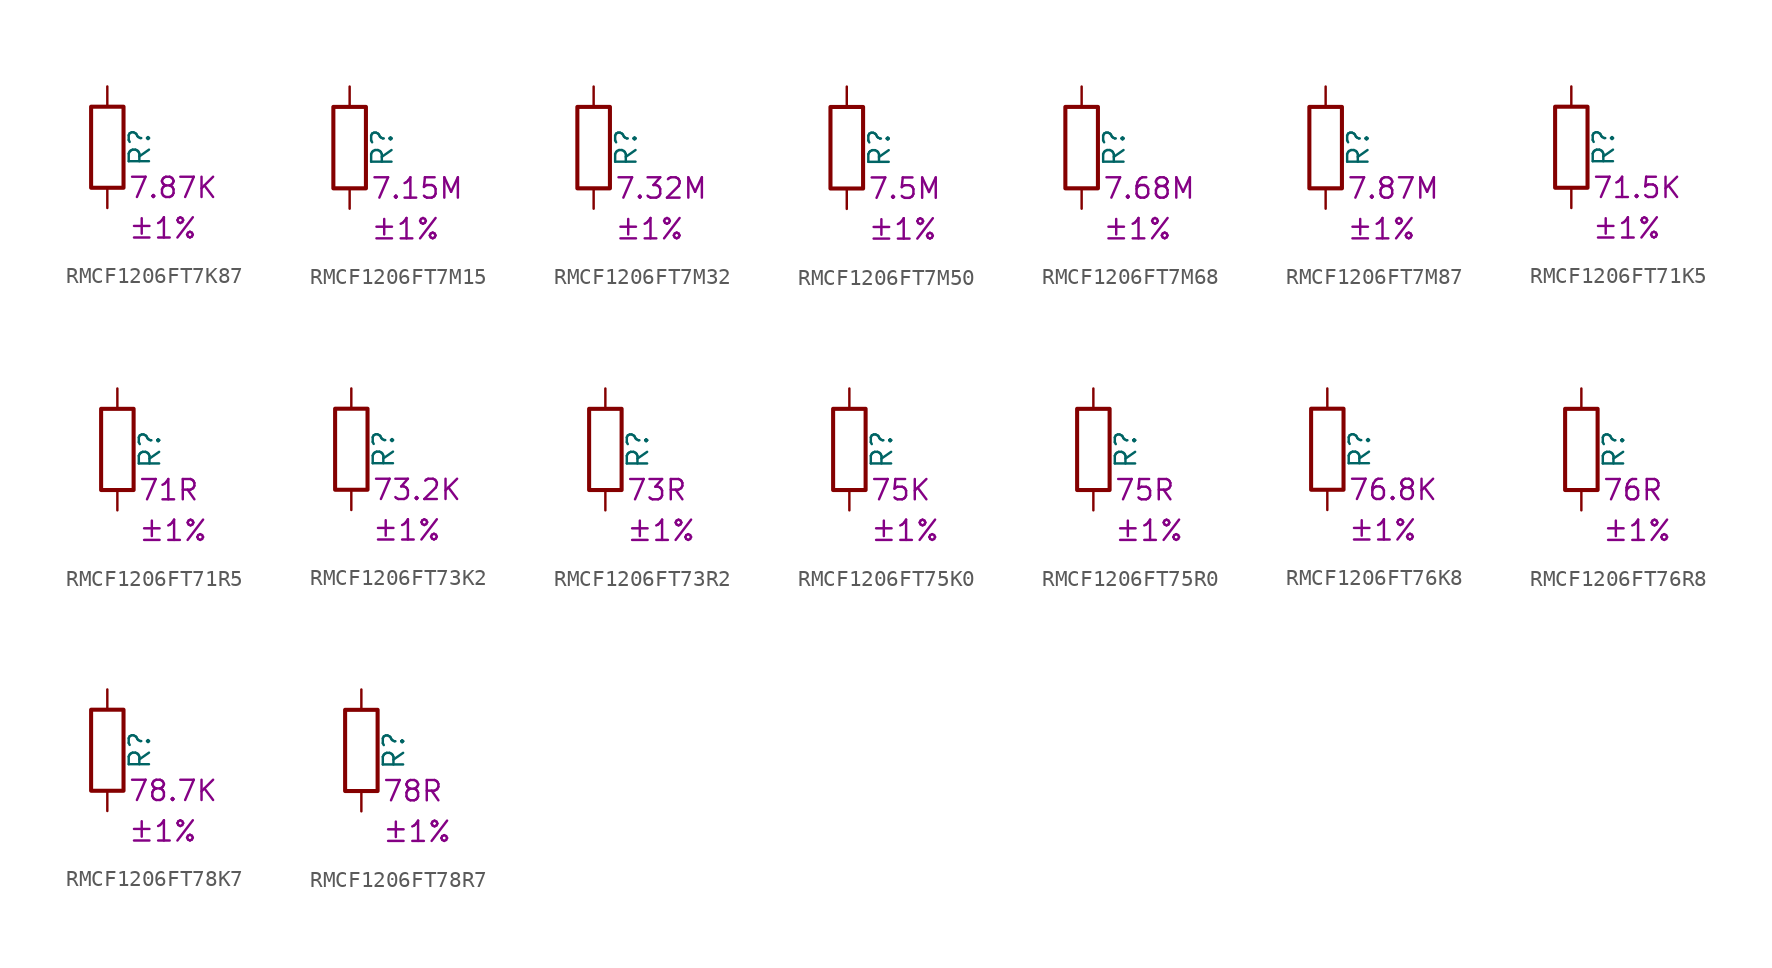
<source format=kicad_sym>
(kicad_symbol_lib
  (version 20220914)
  (generator kicad_symbol_editor)
  (symbol "RMCF1206FT7K87"
    (pin_numbers hide)
    (pin_names
      (offset 0))
    (property "Reference" "R"
      (at 2.032 0 90)
      (effects (font (size 1.27 1.27))))
    (property "Resistance" "7.87K"
      (at 1.27 -2.54 0)
      (effects (font (size 1.27 1.27)) (justify left)))
    (property "Tolerance" "±1%"
      (at 1.27 -5.08 0)
      (effects (font (size 1.27 1.27)) (justify left)))
    (symbol "RMCF1206FT7K87_0_1"
      (rectangle (start -1.016 -2.54) (end 1.016 2.54) (stroke (width 0.254) (type default)) (fill (type none))))
    (symbol "RMCF1206FT7K87_1_1"
      (pin passive line (at 0 3.81 270) (length 1.27) (name "~" (effects (font (size 1.27 1.27)))) (number "1" (effects (font (size 1.27 1.27)))))
      (pin passive line (at 0 -3.81 90) (length 1.27) (name "~" (effects (font (size 1.27 1.27)))) (number "2" (effects (font (size 1.27 1.27)))))))
  (symbol "RMCF1206FT7M15"
    (pin_numbers hide)
    (pin_names
      (offset 0))
    (property "Reference" "R"
      (at 2.032 0 90)
      (effects (font (size 1.27 1.27))))
    (property "Resistance" "7.15M"
      (at 1.27 -2.54 0)
      (effects (font (size 1.27 1.27)) (justify left)))
    (property "Tolerance" "±1%"
      (at 1.27 -5.08 0)
      (effects (font (size 1.27 1.27)) (justify left)))
    (symbol "RMCF1206FT7M15_0_1"
      (rectangle (start -1.016 -2.54) (end 1.016 2.54) (stroke (width 0.254) (type default)) (fill (type none))))
    (symbol "RMCF1206FT7M15_1_1"
      (pin passive line (at 0 3.81 270) (length 1.27) (name "~" (effects (font (size 1.27 1.27)))) (number "1" (effects (font (size 1.27 1.27)))))
      (pin passive line (at 0 -3.81 90) (length 1.27) (name "~" (effects (font (size 1.27 1.27)))) (number "2" (effects (font (size 1.27 1.27)))))))
  (symbol "RMCF1206FT7M32"
    (pin_numbers hide)
    (pin_names
      (offset 0))
    (property "Reference" "R"
      (at 2.032 0 90)
      (effects (font (size 1.27 1.27))))
    (property "Resistance" "7.32M"
      (at 1.27 -2.54 0)
      (effects (font (size 1.27 1.27)) (justify left)))
    (property "Tolerance" "±1%"
      (at 1.27 -5.08 0)
      (effects (font (size 1.27 1.27)) (justify left)))
    (symbol "RMCF1206FT7M32_0_1"
      (rectangle (start -1.016 -2.54) (end 1.016 2.54) (stroke (width 0.254) (type default)) (fill (type none))))
    (symbol "RMCF1206FT7M32_1_1"
      (pin passive line (at 0 3.81 270) (length 1.27) (name "~" (effects (font (size 1.27 1.27)))) (number "1" (effects (font (size 1.27 1.27)))))
      (pin passive line (at 0 -3.81 90) (length 1.27) (name "~" (effects (font (size 1.27 1.27)))) (number "2" (effects (font (size 1.27 1.27)))))))
  (symbol "RMCF1206FT7M50"
    (pin_numbers hide)
    (pin_names
      (offset 0))
    (property "Reference" "R"
      (at 2.032 0 90)
      (effects (font (size 1.27 1.27))))
    (property "Resistance" "7.5M"
      (at 1.27 -2.54 0)
      (effects (font (size 1.27 1.27)) (justify left)))
    (property "Tolerance" "±1%"
      (at 1.27 -5.08 0)
      (effects (font (size 1.27 1.27)) (justify left)))
    (symbol "RMCF1206FT7M50_0_1"
      (rectangle (start -1.016 -2.54) (end 1.016 2.54) (stroke (width 0.254) (type default)) (fill (type none))))
    (symbol "RMCF1206FT7M50_1_1"
      (pin passive line (at 0 3.81 270) (length 1.27) (name "~" (effects (font (size 1.27 1.27)))) (number "1" (effects (font (size 1.27 1.27)))))
      (pin passive line (at 0 -3.81 90) (length 1.27) (name "~" (effects (font (size 1.27 1.27)))) (number "2" (effects (font (size 1.27 1.27)))))))
  (symbol "RMCF1206FT7M68"
    (pin_numbers hide)
    (pin_names
      (offset 0))
    (property "Reference" "R"
      (at 2.032 0 90)
      (effects (font (size 1.27 1.27))))
    (property "Resistance" "7.68M"
      (at 1.27 -2.54 0)
      (effects (font (size 1.27 1.27)) (justify left)))
    (property "Tolerance" "±1%"
      (at 1.27 -5.08 0)
      (effects (font (size 1.27 1.27)) (justify left)))
    (symbol "RMCF1206FT7M68_0_1"
      (rectangle (start -1.016 -2.54) (end 1.016 2.54) (stroke (width 0.254) (type default)) (fill (type none))))
    (symbol "RMCF1206FT7M68_1_1"
      (pin passive line (at 0 3.81 270) (length 1.27) (name "~" (effects (font (size 1.27 1.27)))) (number "1" (effects (font (size 1.27 1.27)))))
      (pin passive line (at 0 -3.81 90) (length 1.27) (name "~" (effects (font (size 1.27 1.27)))) (number "2" (effects (font (size 1.27 1.27)))))))
  (symbol "RMCF1206FT7M87"
    (pin_numbers hide)
    (pin_names
      (offset 0))
    (property "Reference" "R"
      (at 2.032 0 90)
      (effects (font (size 1.27 1.27))))
    (property "Resistance" "7.87M"
      (at 1.27 -2.54 0)
      (effects (font (size 1.27 1.27)) (justify left)))
    (property "Tolerance" "±1%"
      (at 1.27 -5.08 0)
      (effects (font (size 1.27 1.27)) (justify left)))
    (symbol "RMCF1206FT7M87_0_1"
      (rectangle (start -1.016 -2.54) (end 1.016 2.54) (stroke (width 0.254) (type default)) (fill (type none))))
    (symbol "RMCF1206FT7M87_1_1"
      (pin passive line (at 0 3.81 270) (length 1.27) (name "~" (effects (font (size 1.27 1.27)))) (number "1" (effects (font (size 1.27 1.27)))))
      (pin passive line (at 0 -3.81 90) (length 1.27) (name "~" (effects (font (size 1.27 1.27)))) (number "2" (effects (font (size 1.27 1.27)))))))
  (symbol "RMCF1206FT71K5"
    (pin_numbers hide)
    (pin_names
      (offset 0))
    (property "Reference" "R"
      (at 2.032 0 90)
      (effects (font (size 1.27 1.27))))
    (property "Resistance" "71.5K"
      (at 1.27 -2.54 0)
      (effects (font (size 1.27 1.27)) (justify left)))
    (property "Tolerance" "±1%"
      (at 1.27 -5.08 0)
      (effects (font (size 1.27 1.27)) (justify left)))
    (symbol "RMCF1206FT71K5_0_1"
      (rectangle (start -1.016 -2.54) (end 1.016 2.54) (stroke (width 0.254) (type default)) (fill (type none))))
    (symbol "RMCF1206FT71K5_1_1"
      (pin passive line (at 0 3.81 270) (length 1.27) (name "~" (effects (font (size 1.27 1.27)))) (number "1" (effects (font (size 1.27 1.27)))))
      (pin passive line (at 0 -3.81 90) (length 1.27) (name "~" (effects (font (size 1.27 1.27)))) (number "2" (effects (font (size 1.27 1.27)))))))
  (symbol "RMCF1206FT71R5"
    (pin_numbers hide)
    (pin_names
      (offset 0))
    (property "Reference" "R"
      (at 2.032 0 90)
      (effects (font (size 1.27 1.27))))
    (property "Resistance" "71R"
      (at 1.27 -2.54 0)
      (effects (font (size 1.27 1.27)) (justify left)))
    (property "Tolerance" "±1%"
      (at 1.27 -5.08 0)
      (effects (font (size 1.27 1.27)) (justify left)))
    (symbol "RMCF1206FT71R5_0_1"
      (rectangle (start -1.016 -2.54) (end 1.016 2.54) (stroke (width 0.254) (type default)) (fill (type none))))
    (symbol "RMCF1206FT71R5_1_1"
      (pin passive line (at 0 3.81 270) (length 1.27) (name "~" (effects (font (size 1.27 1.27)))) (number "1" (effects (font (size 1.27 1.27)))))
      (pin passive line (at 0 -3.81 90) (length 1.27) (name "~" (effects (font (size 1.27 1.27)))) (number "2" (effects (font (size 1.27 1.27)))))))
  (symbol "RMCF1206FT73K2"
    (pin_numbers hide)
    (pin_names
      (offset 0))
    (property "Reference" "R"
      (at 2.032 0 90)
      (effects (font (size 1.27 1.27))))
    (property "Resistance" "73.2K"
      (at 1.27 -2.54 0)
      (effects (font (size 1.27 1.27)) (justify left)))
    (property "Tolerance" "±1%"
      (at 1.27 -5.08 0)
      (effects (font (size 1.27 1.27)) (justify left)))
    (symbol "RMCF1206FT73K2_0_1"
      (rectangle (start -1.016 -2.54) (end 1.016 2.54) (stroke (width 0.254) (type default)) (fill (type none))))
    (symbol "RMCF1206FT73K2_1_1"
      (pin passive line (at 0 3.81 270) (length 1.27) (name "~" (effects (font (size 1.27 1.27)))) (number "1" (effects (font (size 1.27 1.27)))))
      (pin passive line (at 0 -3.81 90) (length 1.27) (name "~" (effects (font (size 1.27 1.27)))) (number "2" (effects (font (size 1.27 1.27)))))))
  (symbol "RMCF1206FT73R2"
    (pin_numbers hide)
    (pin_names
      (offset 0))
    (property "Reference" "R"
      (at 2.032 0 90)
      (effects (font (size 1.27 1.27))))
    (property "Resistance" "73R"
      (at 1.27 -2.54 0)
      (effects (font (size 1.27 1.27)) (justify left)))
    (property "Tolerance" "±1%"
      (at 1.27 -5.08 0)
      (effects (font (size 1.27 1.27)) (justify left)))
    (symbol "RMCF1206FT73R2_0_1"
      (rectangle (start -1.016 -2.54) (end 1.016 2.54) (stroke (width 0.254) (type default)) (fill (type none))))
    (symbol "RMCF1206FT73R2_1_1"
      (pin passive line (at 0 3.81 270) (length 1.27) (name "~" (effects (font (size 1.27 1.27)))) (number "1" (effects (font (size 1.27 1.27)))))
      (pin passive line (at 0 -3.81 90) (length 1.27) (name "~" (effects (font (size 1.27 1.27)))) (number "2" (effects (font (size 1.27 1.27)))))))
  (symbol "RMCF1206FT75K0"
    (pin_numbers hide)
    (pin_names
      (offset 0))
    (property "Reference" "R"
      (at 2.032 0 90)
      (effects (font (size 1.27 1.27))))
    (property "Resistance" "75K"
      (at 1.27 -2.54 0)
      (effects (font (size 1.27 1.27)) (justify left)))
    (property "Tolerance" "±1%"
      (at 1.27 -5.08 0)
      (effects (font (size 1.27 1.27)) (justify left)))
    (symbol "RMCF1206FT75K0_0_1"
      (rectangle (start -1.016 -2.54) (end 1.016 2.54) (stroke (width 0.254) (type default)) (fill (type none))))
    (symbol "RMCF1206FT75K0_1_1"
      (pin passive line (at 0 3.81 270) (length 1.27) (name "~" (effects (font (size 1.27 1.27)))) (number "1" (effects (font (size 1.27 1.27)))))
      (pin passive line (at 0 -3.81 90) (length 1.27) (name "~" (effects (font (size 1.27 1.27)))) (number "2" (effects (font (size 1.27 1.27)))))))
  (symbol "RMCF1206FT75R0"
    (pin_numbers hide)
    (pin_names
      (offset 0))
    (property "Reference" "R"
      (at 2.032 0 90)
      (effects (font (size 1.27 1.27))))
    (property "Resistance" "75R"
      (at 1.27 -2.54 0)
      (effects (font (size 1.27 1.27)) (justify left)))
    (property "Tolerance" "±1%"
      (at 1.27 -5.08 0)
      (effects (font (size 1.27 1.27)) (justify left)))
    (symbol "RMCF1206FT75R0_0_1"
      (rectangle (start -1.016 -2.54) (end 1.016 2.54) (stroke (width 0.254) (type default)) (fill (type none))))
    (symbol "RMCF1206FT75R0_1_1"
      (pin passive line (at 0 3.81 270) (length 1.27) (name "~" (effects (font (size 1.27 1.27)))) (number "1" (effects (font (size 1.27 1.27)))))
      (pin passive line (at 0 -3.81 90) (length 1.27) (name "~" (effects (font (size 1.27 1.27)))) (number "2" (effects (font (size 1.27 1.27)))))))
  (symbol "RMCF1206FT76K8"
    (pin_numbers hide)
    (pin_names
      (offset 0))
    (property "Reference" "R"
      (at 2.032 0 90)
      (effects (font (size 1.27 1.27))))
    (property "Resistance" "76.8K"
      (at 1.27 -2.54 0)
      (effects (font (size 1.27 1.27)) (justify left)))
    (property "Tolerance" "±1%"
      (at 1.27 -5.08 0)
      (effects (font (size 1.27 1.27)) (justify left)))
    (symbol "RMCF1206FT76K8_0_1"
      (rectangle (start -1.016 -2.54) (end 1.016 2.54) (stroke (width 0.254) (type default)) (fill (type none))))
    (symbol "RMCF1206FT76K8_1_1"
      (pin passive line (at 0 3.81 270) (length 1.27) (name "~" (effects (font (size 1.27 1.27)))) (number "1" (effects (font (size 1.27 1.27)))))
      (pin passive line (at 0 -3.81 90) (length 1.27) (name "~" (effects (font (size 1.27 1.27)))) (number "2" (effects (font (size 1.27 1.27)))))))
  (symbol "RMCF1206FT76R8"
    (pin_numbers hide)
    (pin_names
      (offset 0))
    (property "Reference" "R"
      (at 2.032 0 90)
      (effects (font (size 1.27 1.27))))
    (property "Resistance" "76R"
      (at 1.27 -2.54 0)
      (effects (font (size 1.27 1.27)) (justify left)))
    (property "Tolerance" "±1%"
      (at 1.27 -5.08 0)
      (effects (font (size 1.27 1.27)) (justify left)))
    (symbol "RMCF1206FT76R8_0_1"
      (rectangle (start -1.016 -2.54) (end 1.016 2.54) (stroke (width 0.254) (type default)) (fill (type none))))
    (symbol "RMCF1206FT76R8_1_1"
      (pin passive line (at 0 3.81 270) (length 1.27) (name "~" (effects (font (size 1.27 1.27)))) (number "1" (effects (font (size 1.27 1.27)))))
      (pin passive line (at 0 -3.81 90) (length 1.27) (name "~" (effects (font (size 1.27 1.27)))) (number "2" (effects (font (size 1.27 1.27)))))))
  (symbol "RMCF1206FT78K7"
    (pin_numbers hide)
    (pin_names
      (offset 0))
    (property "Reference" "R"
      (at 2.032 0 90)
      (effects (font (size 1.27 1.27))))
    (property "Resistance" "78.7K"
      (at 1.27 -2.54 0)
      (effects (font (size 1.27 1.27)) (justify left)))
    (property "Tolerance" "±1%"
      (at 1.27 -5.08 0)
      (effects (font (size 1.27 1.27)) (justify left)))
    (symbol "RMCF1206FT78K7_0_1"
      (rectangle (start -1.016 -2.54) (end 1.016 2.54) (stroke (width 0.254) (type default)) (fill (type none))))
    (symbol "RMCF1206FT78K7_1_1"
      (pin passive line (at 0 3.81 270) (length 1.27) (name "~" (effects (font (size 1.27 1.27)))) (number "1" (effects (font (size 1.27 1.27)))))
      (pin passive line (at 0 -3.81 90) (length 1.27) (name "~" (effects (font (size 1.27 1.27)))) (number "2" (effects (font (size 1.27 1.27)))))))
  (symbol "RMCF1206FT78R7"
    (pin_numbers hide)
    (pin_names
      (offset 0))
    (property "Reference" "R"
      (at 2.032 0 90)
      (effects (font (size 1.27 1.27))))
    (property "Resistance" "78R"
      (at 1.27 -2.54 0)
      (effects (font (size 1.27 1.27)) (justify left)))
    (property "Tolerance" "±1%"
      (at 1.27 -5.08 0)
      (effects (font (size 1.27 1.27)) (justify left)))
    (symbol "RMCF1206FT78R7_0_1"
      (rectangle (start -1.016 -2.54) (end 1.016 2.54) (stroke (width 0.254) (type default)) (fill (type none))))
    (symbol "RMCF1206FT78R7_1_1"
      (pin passive line (at 0 3.81 270) (length 1.27) (name "~" (effects (font (size 1.27 1.27)))) (number "1" (effects (font (size 1.27 1.27)))))
      (pin passive line (at 0 -3.81 90) (length 1.27) (name "~" (effects (font (size 1.27 1.27)))) (number "2" (effects (font (size 1.27 1.27))))))))
</source>
